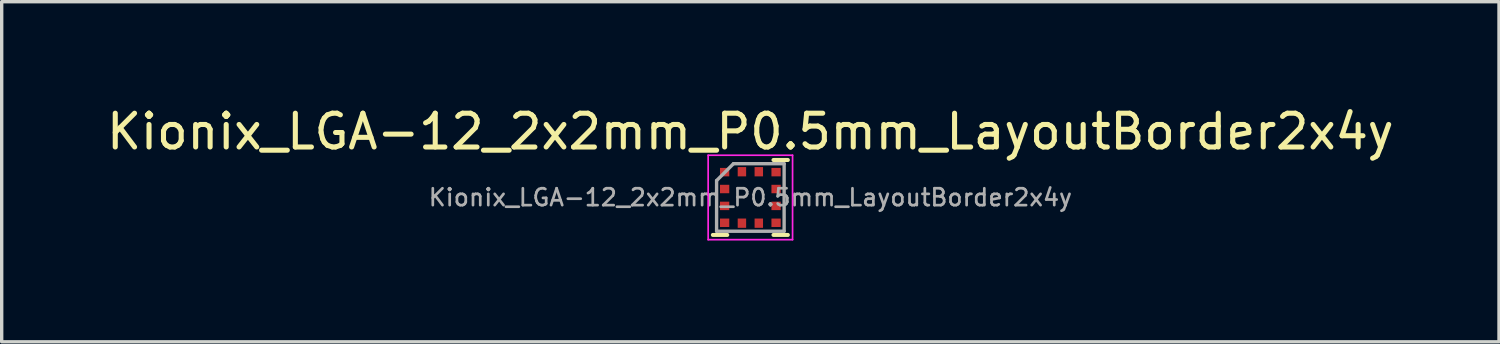
<source format=kicad_pcb>
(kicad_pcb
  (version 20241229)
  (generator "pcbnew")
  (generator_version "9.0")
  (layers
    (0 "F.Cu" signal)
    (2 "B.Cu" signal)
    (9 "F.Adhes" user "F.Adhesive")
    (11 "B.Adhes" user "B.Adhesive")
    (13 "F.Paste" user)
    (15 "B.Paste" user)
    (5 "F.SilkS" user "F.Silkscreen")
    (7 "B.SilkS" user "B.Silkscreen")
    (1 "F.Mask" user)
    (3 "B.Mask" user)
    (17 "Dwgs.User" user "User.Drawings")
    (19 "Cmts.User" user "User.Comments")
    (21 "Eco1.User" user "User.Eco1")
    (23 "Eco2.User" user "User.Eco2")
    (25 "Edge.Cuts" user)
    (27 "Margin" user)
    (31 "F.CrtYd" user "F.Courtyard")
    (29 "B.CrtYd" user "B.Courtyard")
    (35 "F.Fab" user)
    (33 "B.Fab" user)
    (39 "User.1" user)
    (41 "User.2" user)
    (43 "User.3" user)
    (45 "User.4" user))
  (footprint "Kionix_LGA-12_2x2mm_P0.5mm_LayoutBorder2x4y"
    (layer "F.Cu")
    (at 19.173 2.798)
    (property "Reference" "Kionix_LGA-12_2x2mm_P0.5mm_LayoutBorder2x4y" (at 0 -1.95 0) (layer "F.SilkS") (effects (font (size 1 1) (thickness 0.15))))
    (attr smd)
    (fp_line (start -0.685 1.11) (end -1.11 1.11) (stroke (width 0.12) (type solid)) (layer "F.SilkS"))
    (fp_line (start 0.685 -1.11) (end 1.11 -1.11) (stroke (width 0.12) (type solid)) (layer "F.SilkS"))
    (fp_line (start 0.685 1.11) (end 1.11 1.11) (stroke (width 0.12) (type solid)) (layer "F.SilkS"))
    (fp_line (start -1.25 -1.25) (end -1.25 1.25) (stroke (width 0.05) (type solid)) (layer "F.CrtYd"))
    (fp_line (start -1.25 1.25) (end 1.25 1.25) (stroke (width 0.05) (type solid)) (layer "F.CrtYd"))
    (fp_line (start 1.25 -1.25) (end -1.25 -1.25) (stroke (width 0.05) (type solid)) (layer "F.CrtYd"))
    (fp_line (start 1.25 1.25) (end 1.25 -1.25) (stroke (width 0.05) (type solid)) (layer "F.CrtYd"))
    (fp_line (start -1 -0.5) (end -0.5 -1) (stroke (width 0.1) (type solid)) (layer "F.Fab"))
    (fp_line (start -1 1) (end -1 -0.5) (stroke (width 0.1) (type solid)) (layer "F.Fab"))
    (fp_line (start -0.5 -1) (end 1 -1) (stroke (width 0.1) (type solid)) (layer "F.Fab"))
    (fp_line (start 1 -1) (end 1 1) (stroke (width 0.1) (type solid)) (layer "F.Fab"))
    (fp_line (start 1 1) (end -1 1) (stroke (width 0.1) (type solid)) (layer "F.Fab"))
    (fp_text user "${REFERENCE}" (at 0 0 0) (layer "F.Fab") (effects (font (size 0.5 0.5) (thickness 0.08))))
    (pad "1" smd rect (at -0.762 -0.75) (size 0.275 0.25) (layers "F.Cu" "F.Mask" "F.Paste"))
    (pad "2" smd rect (at -0.762 -0.25) (size 0.275 0.25) (layers "F.Cu" "F.Mask" "F.Paste"))
    (pad "3" smd rect (at -0.762 0.25) (size 0.275 0.25) (layers "F.Cu" "F.Mask" "F.Paste"))
    (pad "4" smd rect (at -0.762 0.75) (size 0.275 0.25) (layers "F.Cu" "F.Mask" "F.Paste"))
    (pad "5" smd rect (at -0.25 0.762) (size 0.25 0.275) (layers "F.Cu" "F.Mask" "F.Paste"))
    (pad "6" smd rect (at 0.25 0.762) (size 0.25 0.275) (layers "F.Cu" "F.Mask" "F.Paste"))
    (pad "7" smd rect (at 0.762 0.75) (size 0.275 0.25) (layers "F.Cu" "F.Mask" "F.Paste"))
    (pad "8" smd rect (at 0.762 0.25) (size 0.275 0.25) (layers "F.Cu" "F.Mask" "F.Paste"))
    (pad "9" smd rect (at 0.762 -0.25) (size 0.275 0.25) (layers "F.Cu" "F.Mask" "F.Paste"))
    (pad "10" smd rect (at 0.762 -0.75) (size 0.275 0.25) (layers "F.Cu" "F.Mask" "F.Paste"))
    (pad "11" smd rect (at 0.25 -0.762) (size 0.25 0.275) (layers "F.Cu" "F.Mask" "F.Paste"))
    (pad "12" smd rect (at -0.25 -0.762) (size 0.25 0.275) (layers "F.Cu" "F.Mask" "F.Paste")))
  (gr_rect
    (start -3 -3)
    (end 41.345 7.073)
    (stroke (width 0.1) (type default))
    (fill no)
    (layer "Edge.Cuts")))
</source>
